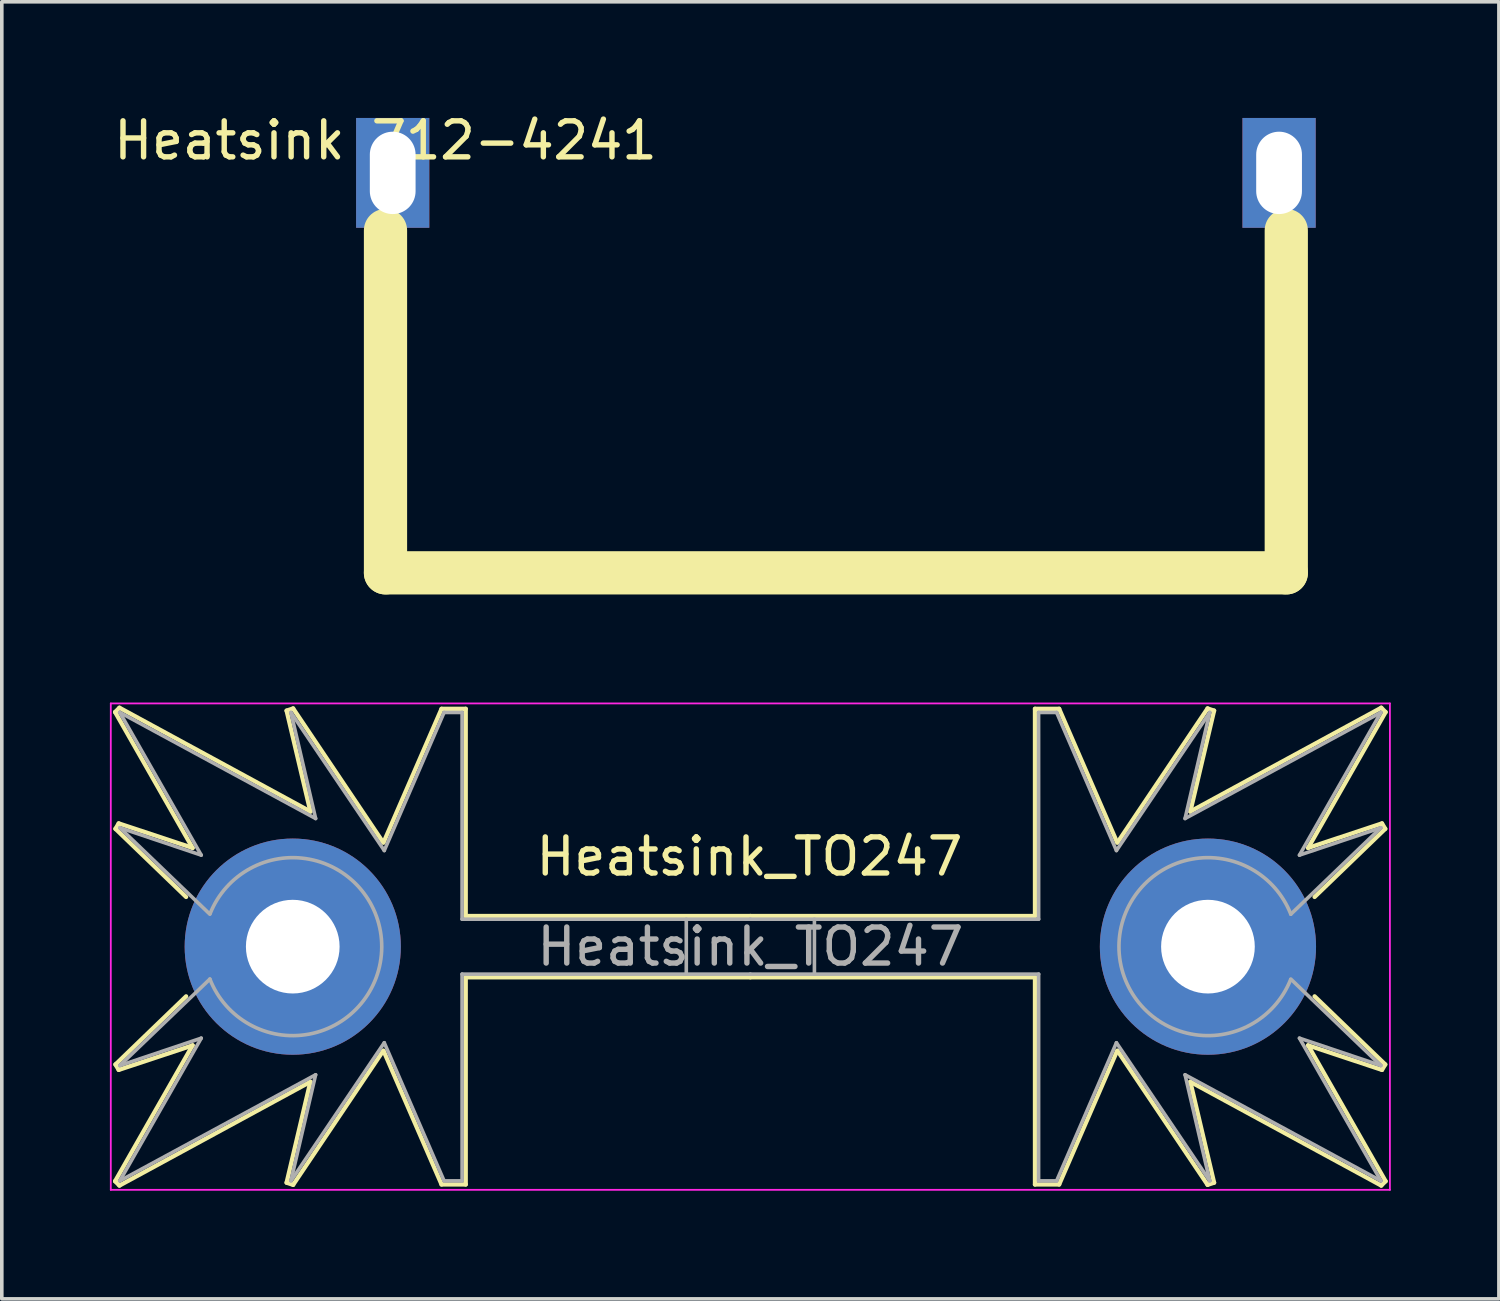
<source format=kicad_pcb>
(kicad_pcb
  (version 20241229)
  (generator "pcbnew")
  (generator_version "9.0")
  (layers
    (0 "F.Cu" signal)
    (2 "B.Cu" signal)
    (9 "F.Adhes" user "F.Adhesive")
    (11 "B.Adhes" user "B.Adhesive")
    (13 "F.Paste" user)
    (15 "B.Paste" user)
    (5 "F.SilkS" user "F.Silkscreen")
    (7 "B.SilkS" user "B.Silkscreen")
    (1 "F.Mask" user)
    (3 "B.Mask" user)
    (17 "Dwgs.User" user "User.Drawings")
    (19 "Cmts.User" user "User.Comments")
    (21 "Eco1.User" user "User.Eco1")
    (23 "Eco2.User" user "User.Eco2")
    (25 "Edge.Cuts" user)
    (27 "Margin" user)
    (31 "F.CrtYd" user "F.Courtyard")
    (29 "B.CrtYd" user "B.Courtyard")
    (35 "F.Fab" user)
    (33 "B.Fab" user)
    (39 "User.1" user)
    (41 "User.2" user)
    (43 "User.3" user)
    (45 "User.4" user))
  (footprint "Heatsink 712-4241"
    (layer "F.Cu")
    (at 7.649 0.348)
    (property "Reference" "Heatsink 712-4241" (at 0 0.5 0) (layer "F.SilkS") (effects (font (size 1 1) (thickness 0.15))))
    (attr through_hole)
    (fp_line (start 0 3) (end 0 12.5) (stroke (width 1.2) (type solid)) (layer "F.SilkS"))
    (fp_line (start 0 12.5) (end 25 12.5) (stroke (width 1.2) (type solid)) (layer "F.SilkS"))
    (fp_line (start 25 12.5) (end 25 3) (stroke (width 1.2) (type solid)) (layer "F.SilkS"))
    (pad "1" thru_hole rect (at 0.2 1.4) (size 2.032 3.048) (drill oval 1.27 2.286) (layers "*.Cu" "*.Mask"))
    (pad "2" thru_hole rect (at 24.8 1.4) (size 2.032 3.048) (drill oval 1.27 2.286) (layers "*.Cu" "*.Mask")))
  (footprint "Heatsink_TO247"
    (layer "F.Cu")
    (at 17.775 23.223)
    (property "Reference" "Heatsink_TO247" (at -0.025 -2.5 0) (layer "F.SilkS") (effects (font (size 1 1) (thickness 0.15))))
    (attr through_hole)
    (fp_line (start -17.63 -6.51) (end -15.48 -2.74) (stroke (width 0.12) (type solid)) (layer "F.SilkS"))
    (fp_line (start -17.63 6.51) (end -15.48 2.74) (stroke (width 0.12) (type solid)) (layer "F.SilkS"))
    (fp_line (start -17.62 -3.27) (end -15.66 -1.38) (stroke (width 0.12) (type solid)) (layer "F.SilkS"))
    (fp_line (start -17.62 3.27) (end -15.66 1.38) (stroke (width 0.12) (type solid)) (layer "F.SilkS"))
    (fp_line (start -17.53 -3.42) (end -17.62 -3.27) (stroke (width 0.12) (type solid)) (layer "F.SilkS"))
    (fp_line (start -17.53 3.42) (end -17.62 3.27) (stroke (width 0.12) (type solid)) (layer "F.SilkS"))
    (fp_line (start -17.51 -6.63) (end -17.63 -6.51) (stroke (width 0.12) (type solid)) (layer "F.SilkS"))
    (fp_line (start -17.51 6.63) (end -17.63 6.51) (stroke (width 0.12) (type solid)) (layer "F.SilkS"))
    (fp_line (start -15.48 -2.74) (end -17.53 -3.42) (stroke (width 0.12) (type solid)) (layer "F.SilkS"))
    (fp_line (start -15.48 2.74) (end -17.53 3.42) (stroke (width 0.12) (type solid)) (layer "F.SilkS"))
    (fp_line (start -12.87 -6.55) (end -12.21 -3.75) (stroke (width 0.12) (type solid)) (layer "F.SilkS"))
    (fp_line (start -12.87 6.55) (end -12.21 3.75) (stroke (width 0.12) (type solid)) (layer "F.SilkS"))
    (fp_line (start -12.69 -6.61) (end -12.87 -6.55) (stroke (width 0.12) (type solid)) (layer "F.SilkS"))
    (fp_line (start -12.69 6.61) (end -12.87 6.55) (stroke (width 0.12) (type solid)) (layer "F.SilkS"))
    (fp_line (start -12.21 -3.75) (end -17.51 -6.63) (stroke (width 0.12) (type solid)) (layer "F.SilkS"))
    (fp_line (start -12.21 3.75) (end -17.51 6.63) (stroke (width 0.12) (type solid)) (layer "F.SilkS"))
    (fp_line (start -10.19 -2.89) (end -12.69 -6.61) (stroke (width 0.12) (type solid)) (layer "F.SilkS"))
    (fp_line (start -10.19 2.89) (end -12.69 6.61) (stroke (width 0.12) (type solid)) (layer "F.SilkS"))
    (fp_line (start -8.57 -6.6) (end -10.18 -2.89) (stroke (width 0.12) (type solid)) (layer "F.SilkS"))
    (fp_line (start -8.57 6.6) (end -10.18 2.89) (stroke (width 0.12) (type solid)) (layer "F.SilkS"))
    (fp_line (start -7.9 -6.6) (end -8.57 -6.6) (stroke (width 0.12) (type solid)) (layer "F.SilkS"))
    (fp_line (start -7.9 -0.85) (end -7.9 -6.6) (stroke (width 0.12) (type solid)) (layer "F.SilkS"))
    (fp_line (start -7.9 0.85) (end -7.9 6.6) (stroke (width 0.12) (type solid)) (layer "F.SilkS"))
    (fp_line (start -7.9 6.6) (end -8.57 6.6) (stroke (width 0.12) (type solid)) (layer "F.SilkS"))
    (fp_line (start 0 -0.85) (end -7.9 -0.85) (stroke (width 0.12) (type solid)) (layer "F.SilkS"))
    (fp_line (start 0 -0.85) (end 7.9 -0.85) (stroke (width 0.12) (type solid)) (layer "F.SilkS"))
    (fp_line (start 0 0.85) (end -7.9 0.85) (stroke (width 0.12) (type solid)) (layer "F.SilkS"))
    (fp_line (start 0 0.85) (end 7.9 0.85) (stroke (width 0.12) (type solid)) (layer "F.SilkS"))
    (fp_line (start 7.9 -6.6) (end 8.57 -6.6) (stroke (width 0.12) (type solid)) (layer "F.SilkS"))
    (fp_line (start 7.9 -0.85) (end 7.9 -6.6) (stroke (width 0.12) (type solid)) (layer "F.SilkS"))
    (fp_line (start 7.9 0.85) (end 7.9 6.6) (stroke (width 0.12) (type solid)) (layer "F.SilkS"))
    (fp_line (start 7.9 6.6) (end 8.57 6.6) (stroke (width 0.12) (type solid)) (layer "F.SilkS"))
    (fp_line (start 8.57 -6.6) (end 10.18 -2.89) (stroke (width 0.12) (type solid)) (layer "F.SilkS"))
    (fp_line (start 8.57 6.6) (end 10.18 2.89) (stroke (width 0.12) (type solid)) (layer "F.SilkS"))
    (fp_line (start 10.19 -2.89) (end 12.69 -6.61) (stroke (width 0.12) (type solid)) (layer "F.SilkS"))
    (fp_line (start 10.19 2.89) (end 12.69 6.61) (stroke (width 0.12) (type solid)) (layer "F.SilkS"))
    (fp_line (start 12.21 -3.75) (end 17.51 -6.63) (stroke (width 0.12) (type solid)) (layer "F.SilkS"))
    (fp_line (start 12.21 3.75) (end 17.51 6.63) (stroke (width 0.12) (type solid)) (layer "F.SilkS"))
    (fp_line (start 12.69 -6.61) (end 12.87 -6.55) (stroke (width 0.12) (type solid)) (layer "F.SilkS"))
    (fp_line (start 12.69 6.61) (end 12.87 6.55) (stroke (width 0.12) (type solid)) (layer "F.SilkS"))
    (fp_line (start 12.87 -6.55) (end 12.21 -3.75) (stroke (width 0.12) (type solid)) (layer "F.SilkS"))
    (fp_line (start 12.87 6.55) (end 12.21 3.75) (stroke (width 0.12) (type solid)) (layer "F.SilkS"))
    (fp_line (start 15.48 -2.74) (end 17.53 -3.42) (stroke (width 0.12) (type solid)) (layer "F.SilkS"))
    (fp_line (start 15.48 2.74) (end 17.53 3.42) (stroke (width 0.12) (type solid)) (layer "F.SilkS"))
    (fp_line (start 17.51 -6.63) (end 17.63 -6.51) (stroke (width 0.12) (type solid)) (layer "F.SilkS"))
    (fp_line (start 17.51 6.63) (end 17.63 6.51) (stroke (width 0.12) (type solid)) (layer "F.SilkS"))
    (fp_line (start 17.53 -3.42) (end 17.62 -3.27) (stroke (width 0.12) (type solid)) (layer "F.SilkS"))
    (fp_line (start 17.53 3.42) (end 17.62 3.27) (stroke (width 0.12) (type solid)) (layer "F.SilkS"))
    (fp_line (start 17.62 -3.27) (end 15.66 -1.38) (stroke (width 0.12) (type solid)) (layer "F.SilkS"))
    (fp_line (start 17.62 3.27) (end 15.66 1.38) (stroke (width 0.12) (type solid)) (layer "F.SilkS"))
    (fp_line (start 17.63 -6.51) (end 15.48 -2.74) (stroke (width 0.12) (type solid)) (layer "F.SilkS"))
    (fp_line (start 17.63 6.51) (end 15.48 2.74) (stroke (width 0.12) (type solid)) (layer "F.SilkS"))
    (fp_line (start -17.75 -6.75) (end -17.75 6.75) (stroke (width 0.05) (type solid)) (layer "F.CrtYd"))
    (fp_line (start -17.75 -6.75) (end 17.75 -6.75) (stroke (width 0.05) (type solid)) (layer "F.CrtYd"))
    (fp_line (start 17.75 6.75) (end -17.75 6.75) (stroke (width 0.05) (type solid)) (layer "F.CrtYd"))
    (fp_line (start 17.75 6.75) (end 17.75 -6.75) (stroke (width 0.05) (type solid)) (layer "F.CrtYd"))
    (fp_line (start -17.5 -6.5) (end -15.24 -2.54) (stroke (width 0.1) (type solid)) (layer "F.Fab"))
    (fp_line (start -17.5 -6.5) (end -12.065 -3.556) (stroke (width 0.1) (type solid)) (layer "F.Fab"))
    (fp_line (start -17.5 -3.3) (end -15 -0.9) (stroke (width 0.1) (type solid)) (layer "F.Fab"))
    (fp_line (start -17.5 3.3) (end -15 0.9) (stroke (width 0.1) (type solid)) (layer "F.Fab"))
    (fp_line (start -17.5 6.5) (end -15.24 2.54) (stroke (width 0.1) (type solid)) (layer "F.Fab"))
    (fp_line (start -17.5 6.5) (end -12.065 3.556) (stroke (width 0.1) (type solid)) (layer "F.Fab"))
    (fp_line (start -15.24 -2.54) (end -17.5 -3.3) (stroke (width 0.1) (type solid)) (layer "F.Fab"))
    (fp_line (start -15.24 2.54) (end -17.5 3.3) (stroke (width 0.1) (type solid)) (layer "F.Fab"))
    (fp_line (start -12.065 -3.556) (end -12.75 -6.5) (stroke (width 0.1) (type solid)) (layer "F.Fab"))
    (fp_line (start -12.065 3.556) (end -12.75 6.5) (stroke (width 0.1) (type solid)) (layer "F.Fab"))
    (fp_line (start -10.16 -2.667) (end -12.75 -6.5) (stroke (width 0.1) (type solid)) (layer "F.Fab"))
    (fp_line (start -10.16 2.667) (end -12.75 6.5) (stroke (width 0.1) (type solid)) (layer "F.Fab"))
    (fp_line (start -8.5 -6.5) (end -10.16 -2.667) (stroke (width 0.1) (type solid)) (layer "F.Fab"))
    (fp_line (start -8.5 6.5) (end -10.16 2.667) (stroke (width 0.1) (type solid)) (layer "F.Fab"))
    (fp_line (start -8.001 -0.762) (end -8 -6.5) (stroke (width 0.1) (type solid)) (layer "F.Fab"))
    (fp_line (start -8.001 0.762) (end -8 6.5) (stroke (width 0.1) (type solid)) (layer "F.Fab"))
    (fp_line (start -8 -6.5) (end -8.5 -6.5) (stroke (width 0.1) (type solid)) (layer "F.Fab"))
    (fp_line (start -8 6.5) (end -8.5 6.5) (stroke (width 0.1) (type solid)) (layer "F.Fab"))
    (fp_line (start -1.778 0.762) (end -1.778 -0.762) (stroke (width 0.1) (type solid)) (layer "F.Fab"))
    (fp_line (start 0 -0.762) (end -8.001 -0.762) (stroke (width 0.1) (type solid)) (layer "F.Fab"))
    (fp_line (start 0 -0.762) (end 8.001 -0.762) (stroke (width 0.1) (type solid)) (layer "F.Fab"))
    (fp_line (start 0 0.762) (end -8.001 0.762) (stroke (width 0.1) (type solid)) (layer "F.Fab"))
    (fp_line (start 0 0.762) (end 8.001 0.762) (stroke (width 0.1) (type solid)) (layer "F.Fab"))
    (fp_line (start 1.778 -0.762) (end 1.778 0.762) (stroke (width 0.1) (type solid)) (layer "F.Fab"))
    (fp_line (start 8 -6.5) (end 8.5 -6.5) (stroke (width 0.1) (type solid)) (layer "F.Fab"))
    (fp_line (start 8 6.5) (end 8.5 6.5) (stroke (width 0.1) (type solid)) (layer "F.Fab"))
    (fp_line (start 8.001 -0.762) (end 8 -6.5) (stroke (width 0.1) (type solid)) (layer "F.Fab"))
    (fp_line (start 8.001 0.762) (end 8 6.5) (stroke (width 0.1) (type solid)) (layer "F.Fab"))
    (fp_line (start 8.5 -6.5) (end 10.16 -2.667) (stroke (width 0.1) (type solid)) (layer "F.Fab"))
    (fp_line (start 8.5 6.5) (end 10.16 2.667) (stroke (width 0.1) (type solid)) (layer "F.Fab"))
    (fp_line (start 10.16 -2.667) (end 12.75 -6.5) (stroke (width 0.1) (type solid)) (layer "F.Fab"))
    (fp_line (start 10.16 2.667) (end 12.75 6.5) (stroke (width 0.1) (type solid)) (layer "F.Fab"))
    (fp_line (start 12.065 -3.556) (end 12.75 -6.5) (stroke (width 0.1) (type solid)) (layer "F.Fab"))
    (fp_line (start 12.065 3.556) (end 12.75 6.5) (stroke (width 0.1) (type solid)) (layer "F.Fab"))
    (fp_line (start 15.24 -2.54) (end 17.5 -3.3) (stroke (width 0.1) (type solid)) (layer "F.Fab"))
    (fp_line (start 15.24 2.54) (end 17.5 3.3) (stroke (width 0.1) (type solid)) (layer "F.Fab"))
    (fp_line (start 17.5 -6.5) (end 12.065 -3.556) (stroke (width 0.1) (type solid)) (layer "F.Fab"))
    (fp_line (start 17.5 -6.5) (end 15.24 -2.54) (stroke (width 0.1) (type solid)) (layer "F.Fab"))
    (fp_line (start 17.5 -3.3) (end 15 -0.9) (stroke (width 0.1) (type solid)) (layer "F.Fab"))
    (fp_line (start 17.5 3.3) (end 15 0.9) (stroke (width 0.1) (type solid)) (layer "F.Fab"))
    (fp_line (start 17.5 6.5) (end 12.065 3.556) (stroke (width 0.1) (type solid)) (layer "F.Fab"))
    (fp_line (start 17.5 6.5) (end 15.24 2.54) (stroke (width 0.1) (type solid)) (layer "F.Fab"))
    (fp_arc (start -14.99272 -0.918387) (mid -10.230202 0.009888) (end -15 0.9) (stroke (width 0.1) (type solid)) (layer "F.Fab"))
    (fp_arc (start 14.99272 0.918387) (mid 10.230202 -0.009888) (end 15 -0.9) (stroke (width 0.1) (type solid)) (layer "F.Fab"))
    (fp_text user "${REFERENCE}" (at 0 0 0) (layer "F.Fab") (effects (font (size 1 1) (thickness 0.15))))
    (pad "1" thru_hole circle (at -12.7 0 180) (size 6 6) (drill 2.6) (layers "*.Cu" "*.Mask"))
    (pad "1" thru_hole circle (at 12.7 0) (size 6 6) (drill 2.6) (layers "*.Cu" "*.Mask")))
  (gr_rect
    (start -3 -3)
    (end 38.55 32.998)
    (stroke (width 0.1) (type default))
    (fill no)
    (layer "Edge.Cuts")))
</source>
